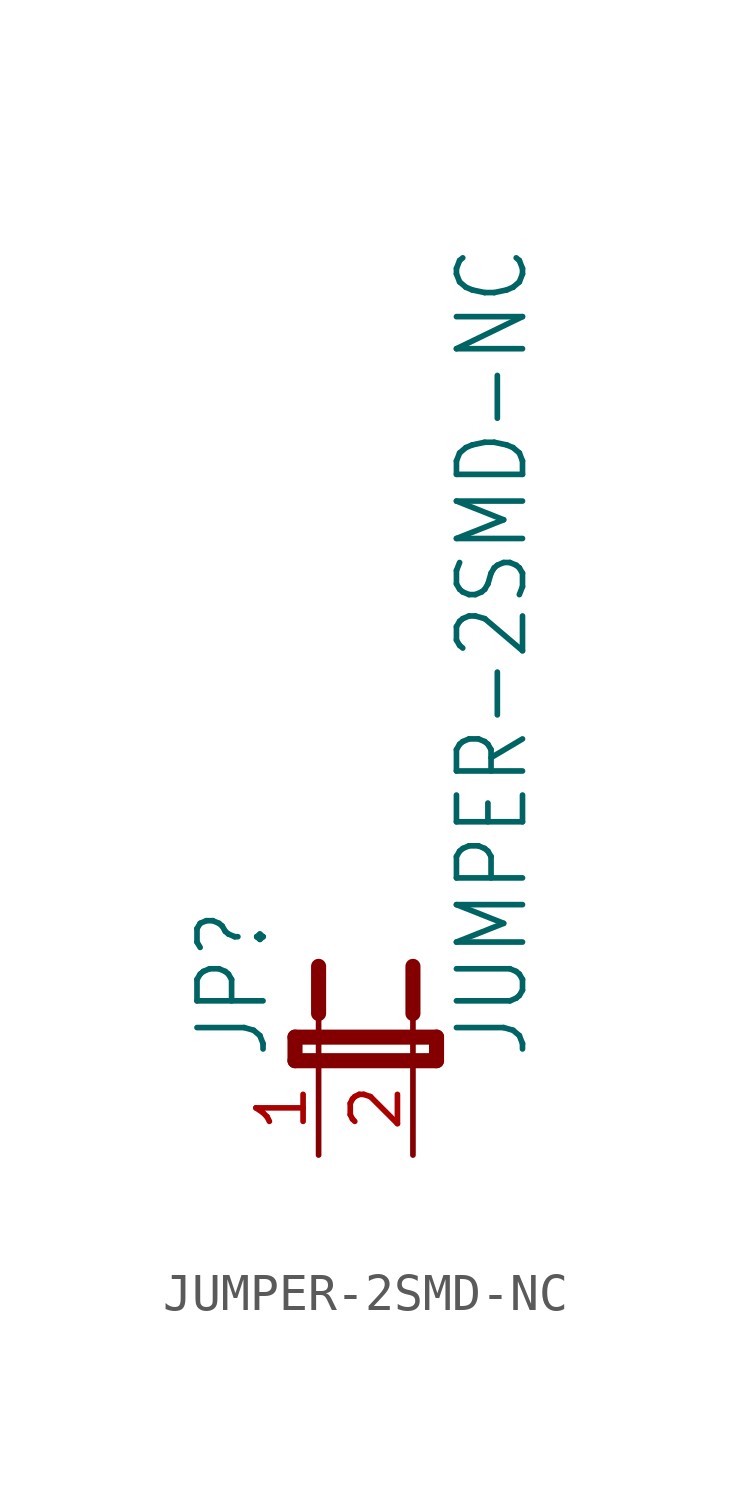
<source format=kicad_sym>
(kicad_symbol_lib
  (version 20211014)
  (generator kicad_symbol_editor)
  (symbol "JUMPER-2SMD-NC"
    (property "Reference" "JP"
      (at -1.27 0 90)
      (effects (font (size 1.778 1.511)) (justify left bottom)))
    (property "Value" "JUMPER-2SMD-NC"
      (at 5.715 0 90)
      (effects (font (size 1.778 1.511)) (justify left bottom)))
    (property "ki_locked" ""
      (at 0 0 0)
      (effects (font (size 1.27 1.27))))
    (symbol "JUMPER-2SMD-NC_1_0"
      (polyline (pts (xy -0.635 0) (xy 3.175 0)) (stroke (width 0.406) (type default) (color 0 0 0 0)) (fill (type none)))
      (polyline (pts (xy -0.635 0.635) (xy -0.635 0)) (stroke (width 0.406) (type default) (color 0 0 0 0)) (fill (type none)))
      (polyline (pts (xy 0 0) (xy 0 1.27)) (stroke (width 0.152) (type default) (color 0 0 0 0)) (fill (type none)))
      (polyline (pts (xy 0 2.54) (xy 0 1.27)) (stroke (width 0.406) (type default) (color 0 0 0 0)) (fill (type none)))
      (polyline (pts (xy 2.54 0) (xy 2.54 1.27)) (stroke (width 0.152) (type default) (color 0 0 0 0)) (fill (type none)))
      (polyline (pts (xy 2.54 2.54) (xy 2.54 1.27)) (stroke (width 0.406) (type default) (color 0 0 0 0)) (fill (type none)))
      (polyline (pts (xy 3.175 0) (xy 3.175 0.635)) (stroke (width 0.406) (type default) (color 0 0 0 0)) (fill (type none)))
      (polyline (pts (xy 3.175 0.635) (xy -0.635 0.635)) (stroke (width 0.406) (type default) (color 0 0 0 0)) (fill (type none)))
      (pin passive line (at 0 -2.54 90) (length 2.54) (name "1" (effects (font (size 0 0)))) (number "1" (effects (font (size 1.27 1.27)))))
      (pin passive line (at 2.54 -2.54 90) (length 2.54) (name "2" (effects (font (size 0 0)))) (number "2" (effects (font (size 1.27 1.27))))))))
</source>
